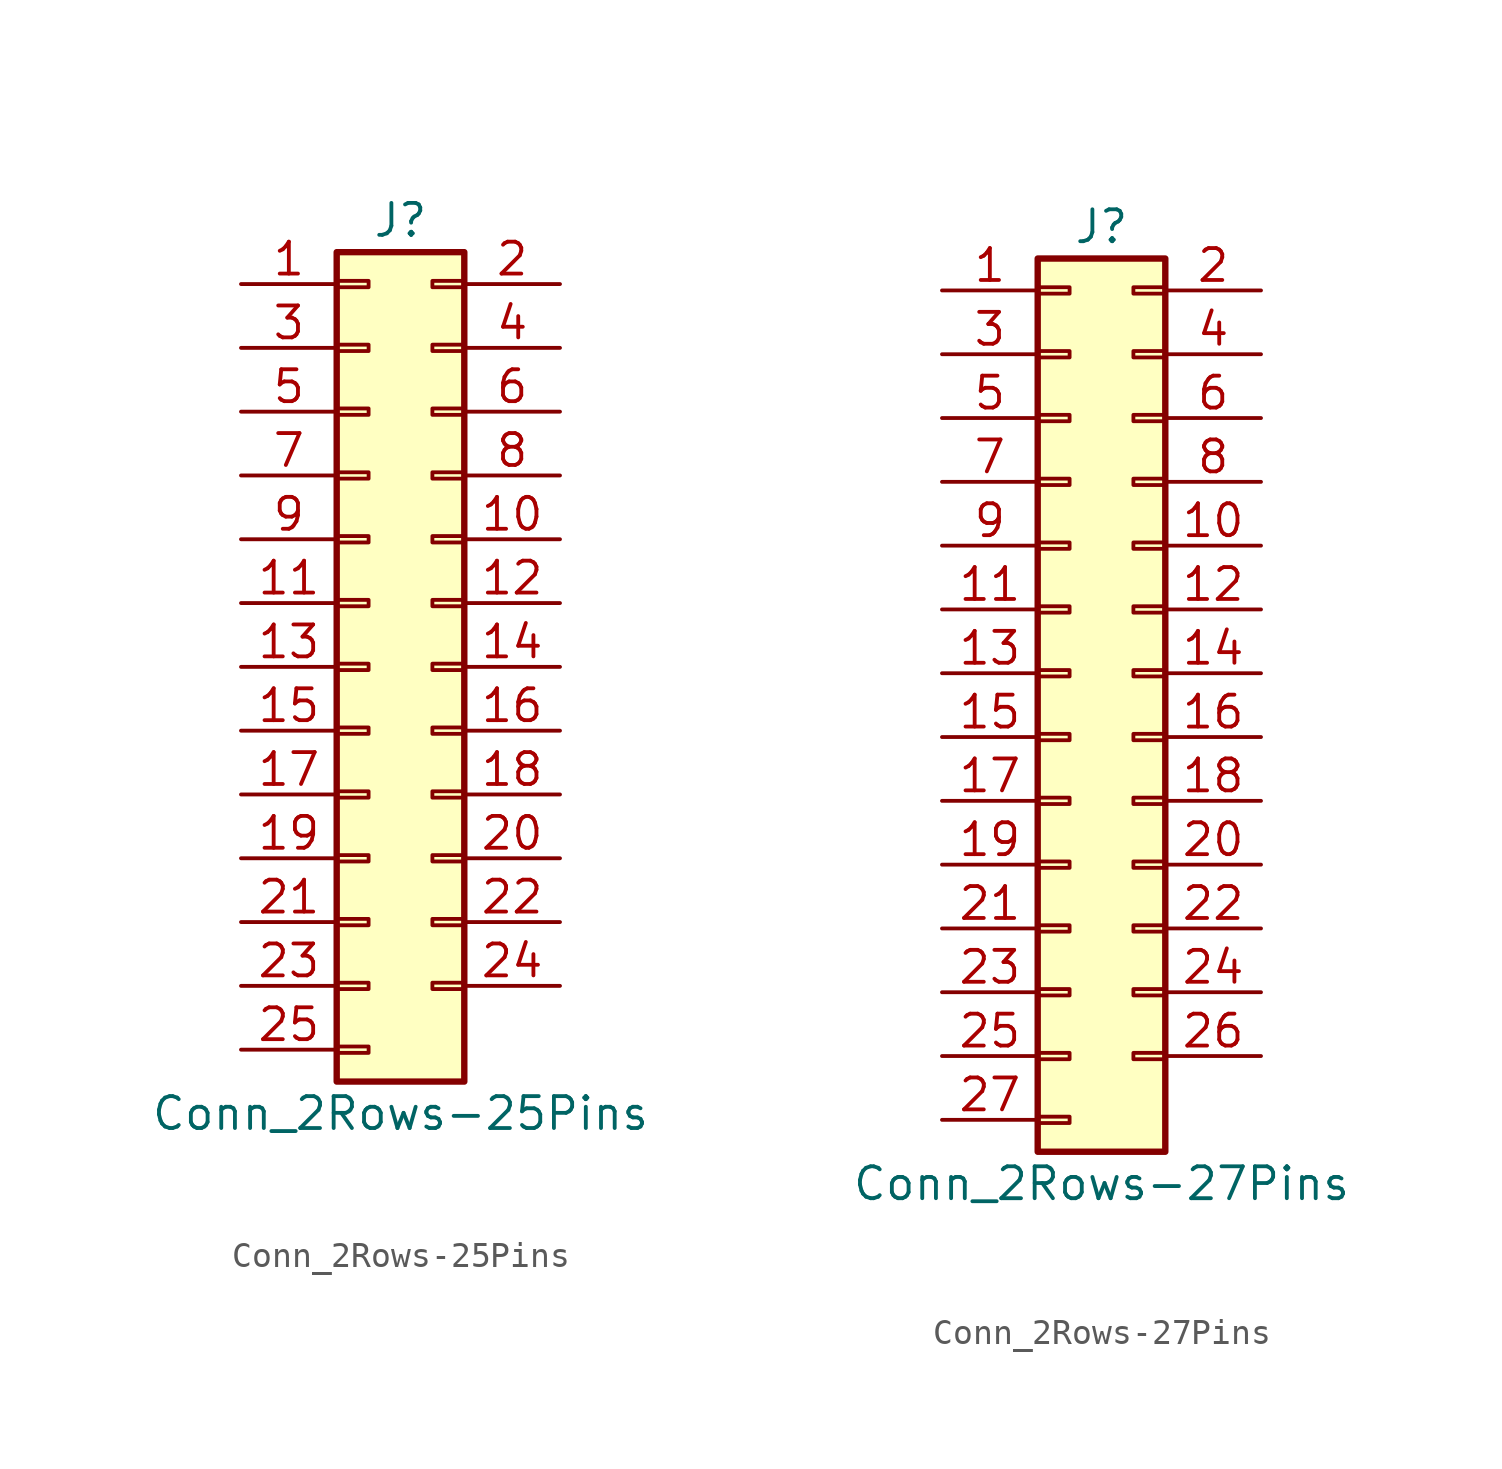
<source format=kicad_sym>
(kicad_symbol_lib
  (version 20211014)
  (generator kicad_symbol_editor)
  (symbol "Conn_2Rows-25Pins"
    (pin_names
      (offset 1.016) hide)
    (property "Reference" "J"
      (at 1.27 17.78 0)
      (effects (font (size 1.27 1.27))))
    (property "Value" "Conn_2Rows-25Pins"
      (at 1.27 -17.78 0)
      (effects (font (size 1.27 1.27))))
    (symbol "Conn_2Rows-25Pins_1_1"
      (rectangle (start -1.27 -15.113) (end 0 -15.367) (stroke (width 0.152) (type default) (color 0 0 0 0)) (fill (type none)))
      (rectangle (start -1.27 -12.573) (end 0 -12.827) (stroke (width 0.152) (type default) (color 0 0 0 0)) (fill (type none)))
      (rectangle (start -1.27 -10.033) (end 0 -10.287) (stroke (width 0.152) (type default) (color 0 0 0 0)) (fill (type none)))
      (rectangle (start -1.27 -7.493) (end 0 -7.747) (stroke (width 0.152) (type default) (color 0 0 0 0)) (fill (type none)))
      (rectangle (start -1.27 -4.953) (end 0 -5.207) (stroke (width 0.152) (type default) (color 0 0 0 0)) (fill (type none)))
      (rectangle (start -1.27 -2.413) (end 0 -2.667) (stroke (width 0.152) (type default) (color 0 0 0 0)) (fill (type none)))
      (rectangle (start -1.27 0.127) (end 0 -0.127) (stroke (width 0.152) (type default) (color 0 0 0 0)) (fill (type none)))
      (rectangle (start -1.27 2.667) (end 0 2.413) (stroke (width 0.152) (type default) (color 0 0 0 0)) (fill (type none)))
      (rectangle (start -1.27 5.207) (end 0 4.953) (stroke (width 0.152) (type default) (color 0 0 0 0)) (fill (type none)))
      (rectangle (start -1.27 7.747) (end 0 7.493) (stroke (width 0.152) (type default) (color 0 0 0 0)) (fill (type none)))
      (rectangle (start -1.27 10.287) (end 0 10.033) (stroke (width 0.152) (type default) (color 0 0 0 0)) (fill (type none)))
      (rectangle (start -1.27 12.827) (end 0 12.573) (stroke (width 0.152) (type default) (color 0 0 0 0)) (fill (type none)))
      (rectangle (start -1.27 15.367) (end 0 15.113) (stroke (width 0.152) (type default) (color 0 0 0 0)) (fill (type none)))
      (rectangle (start -1.27 16.51) (end 3.81 -16.51) (stroke (width 0.254) (type default) (color 0 0 0 0)) (fill (type background)))
      (rectangle (start 3.81 -12.573) (end 2.54 -12.827) (stroke (width 0.152) (type default) (color 0 0 0 0)) (fill (type none)))
      (rectangle (start 3.81 -10.033) (end 2.54 -10.287) (stroke (width 0.152) (type default) (color 0 0 0 0)) (fill (type none)))
      (rectangle (start 3.81 -7.493) (end 2.54 -7.747) (stroke (width 0.152) (type default) (color 0 0 0 0)) (fill (type none)))
      (rectangle (start 3.81 -4.953) (end 2.54 -5.207) (stroke (width 0.152) (type default) (color 0 0 0 0)) (fill (type none)))
      (rectangle (start 3.81 -2.413) (end 2.54 -2.667) (stroke (width 0.152) (type default) (color 0 0 0 0)) (fill (type none)))
      (rectangle (start 3.81 0.127) (end 2.54 -0.127) (stroke (width 0.152) (type default) (color 0 0 0 0)) (fill (type none)))
      (rectangle (start 3.81 2.667) (end 2.54 2.413) (stroke (width 0.152) (type default) (color 0 0 0 0)) (fill (type none)))
      (rectangle (start 3.81 5.207) (end 2.54 4.953) (stroke (width 0.152) (type default) (color 0 0 0 0)) (fill (type none)))
      (rectangle (start 3.81 7.747) (end 2.54 7.493) (stroke (width 0.152) (type default) (color 0 0 0 0)) (fill (type none)))
      (rectangle (start 3.81 10.287) (end 2.54 10.033) (stroke (width 0.152) (type default) (color 0 0 0 0)) (fill (type none)))
      (rectangle (start 3.81 12.827) (end 2.54 12.573) (stroke (width 0.152) (type default) (color 0 0 0 0)) (fill (type none)))
      (rectangle (start 3.81 15.367) (end 2.54 15.113) (stroke (width 0.152) (type default) (color 0 0 0 0)) (fill (type none)))
      (pin passive line (at -5.08 15.24 0) (length 3.81) (name "Pin_1" (effects (font (size 1.27 1.27)))) (number "1" (effects (font (size 1.27 1.27)))))
      (pin passive line (at 7.62 5.08 180) (length 3.81) (name "Pin_10" (effects (font (size 1.27 1.27)))) (number "10" (effects (font (size 1.27 1.27)))))
      (pin passive line (at -5.08 2.54 0) (length 3.81) (name "Pin_11" (effects (font (size 1.27 1.27)))) (number "11" (effects (font (size 1.27 1.27)))))
      (pin passive line (at 7.62 2.54 180) (length 3.81) (name "Pin_12" (effects (font (size 1.27 1.27)))) (number "12" (effects (font (size 1.27 1.27)))))
      (pin passive line (at -5.08 0 0) (length 3.81) (name "Pin_13" (effects (font (size 1.27 1.27)))) (number "13" (effects (font (size 1.27 1.27)))))
      (pin passive line (at 7.62 0 180) (length 3.81) (name "Pin_14" (effects (font (size 1.27 1.27)))) (number "14" (effects (font (size 1.27 1.27)))))
      (pin passive line (at -5.08 -2.54 0) (length 3.81) (name "Pin_15" (effects (font (size 1.27 1.27)))) (number "15" (effects (font (size 1.27 1.27)))))
      (pin passive line (at 7.62 -2.54 180) (length 3.81) (name "Pin_16" (effects (font (size 1.27 1.27)))) (number "16" (effects (font (size 1.27 1.27)))))
      (pin passive line (at -5.08 -5.08 0) (length 3.81) (name "Pin_17" (effects (font (size 1.27 1.27)))) (number "17" (effects (font (size 1.27 1.27)))))
      (pin passive line (at 7.62 -5.08 180) (length 3.81) (name "Pin_18" (effects (font (size 1.27 1.27)))) (number "18" (effects (font (size 1.27 1.27)))))
      (pin passive line (at -5.08 -7.62 0) (length 3.81) (name "Pin_19" (effects (font (size 1.27 1.27)))) (number "19" (effects (font (size 1.27 1.27)))))
      (pin passive line (at 7.62 15.24 180) (length 3.81) (name "Pin_2" (effects (font (size 1.27 1.27)))) (number "2" (effects (font (size 1.27 1.27)))))
      (pin passive line (at 7.62 -7.62 180) (length 3.81) (name "Pin_20" (effects (font (size 1.27 1.27)))) (number "20" (effects (font (size 1.27 1.27)))))
      (pin passive line (at -5.08 -10.16 0) (length 3.81) (name "Pin_21" (effects (font (size 1.27 1.27)))) (number "21" (effects (font (size 1.27 1.27)))))
      (pin passive line (at 7.62 -10.16 180) (length 3.81) (name "Pin_22" (effects (font (size 1.27 1.27)))) (number "22" (effects (font (size 1.27 1.27)))))
      (pin passive line (at -5.08 -12.7 0) (length 3.81) (name "Pin_23" (effects (font (size 1.27 1.27)))) (number "23" (effects (font (size 1.27 1.27)))))
      (pin passive line (at 7.62 -12.7 180) (length 3.81) (name "Pin_24" (effects (font (size 1.27 1.27)))) (number "24" (effects (font (size 1.27 1.27)))))
      (pin passive line (at -5.08 -15.24 0) (length 3.81) (name "Pin_25" (effects (font (size 1.27 1.27)))) (number "25" (effects (font (size 1.27 1.27)))))
      (pin passive line (at -5.08 12.7 0) (length 3.81) (name "Pin_3" (effects (font (size 1.27 1.27)))) (number "3" (effects (font (size 1.27 1.27)))))
      (pin passive line (at 7.62 12.7 180) (length 3.81) (name "Pin_4" (effects (font (size 1.27 1.27)))) (number "4" (effects (font (size 1.27 1.27)))))
      (pin passive line (at -5.08 10.16 0) (length 3.81) (name "Pin_5" (effects (font (size 1.27 1.27)))) (number "5" (effects (font (size 1.27 1.27)))))
      (pin passive line (at 7.62 10.16 180) (length 3.81) (name "Pin_6" (effects (font (size 1.27 1.27)))) (number "6" (effects (font (size 1.27 1.27)))))
      (pin passive line (at -5.08 7.62 0) (length 3.81) (name "Pin_7" (effects (font (size 1.27 1.27)))) (number "7" (effects (font (size 1.27 1.27)))))
      (pin passive line (at 7.62 7.62 180) (length 3.81) (name "Pin_8" (effects (font (size 1.27 1.27)))) (number "8" (effects (font (size 1.27 1.27)))))
      (pin passive line (at -5.08 5.08 0) (length 3.81) (name "Pin_9" (effects (font (size 1.27 1.27)))) (number "9" (effects (font (size 1.27 1.27)))))))
  (symbol "Conn_2Rows-27Pins"
    (pin_names
      (offset 1.016) hide)
    (property "Reference" "J"
      (at 1.27 17.78 0)
      (effects (font (size 1.27 1.27))))
    (property "Value" "Conn_2Rows-27Pins"
      (at 1.27 -20.32 0)
      (effects (font (size 1.27 1.27))))
    (symbol "Conn_2Rows-27Pins_1_1"
      (rectangle (start -1.27 -17.653) (end 0 -17.907) (stroke (width 0.152) (type default) (color 0 0 0 0)) (fill (type none)))
      (rectangle (start -1.27 -15.113) (end 0 -15.367) (stroke (width 0.152) (type default) (color 0 0 0 0)) (fill (type none)))
      (rectangle (start -1.27 -12.573) (end 0 -12.827) (stroke (width 0.152) (type default) (color 0 0 0 0)) (fill (type none)))
      (rectangle (start -1.27 -10.033) (end 0 -10.287) (stroke (width 0.152) (type default) (color 0 0 0 0)) (fill (type none)))
      (rectangle (start -1.27 -7.493) (end 0 -7.747) (stroke (width 0.152) (type default) (color 0 0 0 0)) (fill (type none)))
      (rectangle (start -1.27 -4.953) (end 0 -5.207) (stroke (width 0.152) (type default) (color 0 0 0 0)) (fill (type none)))
      (rectangle (start -1.27 -2.413) (end 0 -2.667) (stroke (width 0.152) (type default) (color 0 0 0 0)) (fill (type none)))
      (rectangle (start -1.27 0.127) (end 0 -0.127) (stroke (width 0.152) (type default) (color 0 0 0 0)) (fill (type none)))
      (rectangle (start -1.27 2.667) (end 0 2.413) (stroke (width 0.152) (type default) (color 0 0 0 0)) (fill (type none)))
      (rectangle (start -1.27 5.207) (end 0 4.953) (stroke (width 0.152) (type default) (color 0 0 0 0)) (fill (type none)))
      (rectangle (start -1.27 7.747) (end 0 7.493) (stroke (width 0.152) (type default) (color 0 0 0 0)) (fill (type none)))
      (rectangle (start -1.27 10.287) (end 0 10.033) (stroke (width 0.152) (type default) (color 0 0 0 0)) (fill (type none)))
      (rectangle (start -1.27 12.827) (end 0 12.573) (stroke (width 0.152) (type default) (color 0 0 0 0)) (fill (type none)))
      (rectangle (start -1.27 15.367) (end 0 15.113) (stroke (width 0.152) (type default) (color 0 0 0 0)) (fill (type none)))
      (rectangle (start -1.27 16.51) (end 3.81 -19.05) (stroke (width 0.254) (type default) (color 0 0 0 0)) (fill (type background)))
      (rectangle (start 3.81 -15.113) (end 2.54 -15.367) (stroke (width 0.152) (type default) (color 0 0 0 0)) (fill (type none)))
      (rectangle (start 3.81 -12.573) (end 2.54 -12.827) (stroke (width 0.152) (type default) (color 0 0 0 0)) (fill (type none)))
      (rectangle (start 3.81 -10.033) (end 2.54 -10.287) (stroke (width 0.152) (type default) (color 0 0 0 0)) (fill (type none)))
      (rectangle (start 3.81 -7.493) (end 2.54 -7.747) (stroke (width 0.152) (type default) (color 0 0 0 0)) (fill (type none)))
      (rectangle (start 3.81 -4.953) (end 2.54 -5.207) (stroke (width 0.152) (type default) (color 0 0 0 0)) (fill (type none)))
      (rectangle (start 3.81 -2.413) (end 2.54 -2.667) (stroke (width 0.152) (type default) (color 0 0 0 0)) (fill (type none)))
      (rectangle (start 3.81 0.127) (end 2.54 -0.127) (stroke (width 0.152) (type default) (color 0 0 0 0)) (fill (type none)))
      (rectangle (start 3.81 2.667) (end 2.54 2.413) (stroke (width 0.152) (type default) (color 0 0 0 0)) (fill (type none)))
      (rectangle (start 3.81 5.207) (end 2.54 4.953) (stroke (width 0.152) (type default) (color 0 0 0 0)) (fill (type none)))
      (rectangle (start 3.81 7.747) (end 2.54 7.493) (stroke (width 0.152) (type default) (color 0 0 0 0)) (fill (type none)))
      (rectangle (start 3.81 10.287) (end 2.54 10.033) (stroke (width 0.152) (type default) (color 0 0 0 0)) (fill (type none)))
      (rectangle (start 3.81 12.827) (end 2.54 12.573) (stroke (width 0.152) (type default) (color 0 0 0 0)) (fill (type none)))
      (rectangle (start 3.81 15.367) (end 2.54 15.113) (stroke (width 0.152) (type default) (color 0 0 0 0)) (fill (type none)))
      (pin passive line (at -5.08 15.24 0) (length 3.81) (name "Pin_1" (effects (font (size 1.27 1.27)))) (number "1" (effects (font (size 1.27 1.27)))))
      (pin passive line (at 7.62 5.08 180) (length 3.81) (name "Pin_10" (effects (font (size 1.27 1.27)))) (number "10" (effects (font (size 1.27 1.27)))))
      (pin passive line (at -5.08 2.54 0) (length 3.81) (name "Pin_11" (effects (font (size 1.27 1.27)))) (number "11" (effects (font (size 1.27 1.27)))))
      (pin passive line (at 7.62 2.54 180) (length 3.81) (name "Pin_12" (effects (font (size 1.27 1.27)))) (number "12" (effects (font (size 1.27 1.27)))))
      (pin passive line (at -5.08 0 0) (length 3.81) (name "Pin_13" (effects (font (size 1.27 1.27)))) (number "13" (effects (font (size 1.27 1.27)))))
      (pin passive line (at 7.62 0 180) (length 3.81) (name "Pin_14" (effects (font (size 1.27 1.27)))) (number "14" (effects (font (size 1.27 1.27)))))
      (pin passive line (at -5.08 -2.54 0) (length 3.81) (name "Pin_15" (effects (font (size 1.27 1.27)))) (number "15" (effects (font (size 1.27 1.27)))))
      (pin passive line (at 7.62 -2.54 180) (length 3.81) (name "Pin_16" (effects (font (size 1.27 1.27)))) (number "16" (effects (font (size 1.27 1.27)))))
      (pin passive line (at -5.08 -5.08 0) (length 3.81) (name "Pin_17" (effects (font (size 1.27 1.27)))) (number "17" (effects (font (size 1.27 1.27)))))
      (pin passive line (at 7.62 -5.08 180) (length 3.81) (name "Pin_18" (effects (font (size 1.27 1.27)))) (number "18" (effects (font (size 1.27 1.27)))))
      (pin passive line (at -5.08 -7.62 0) (length 3.81) (name "Pin_19" (effects (font (size 1.27 1.27)))) (number "19" (effects (font (size 1.27 1.27)))))
      (pin passive line (at 7.62 15.24 180) (length 3.81) (name "Pin_2" (effects (font (size 1.27 1.27)))) (number "2" (effects (font (size 1.27 1.27)))))
      (pin passive line (at 7.62 -7.62 180) (length 3.81) (name "Pin_20" (effects (font (size 1.27 1.27)))) (number "20" (effects (font (size 1.27 1.27)))))
      (pin passive line (at -5.08 -10.16 0) (length 3.81) (name "Pin_21" (effects (font (size 1.27 1.27)))) (number "21" (effects (font (size 1.27 1.27)))))
      (pin passive line (at 7.62 -10.16 180) (length 3.81) (name "Pin_22" (effects (font (size 1.27 1.27)))) (number "22" (effects (font (size 1.27 1.27)))))
      (pin passive line (at -5.08 -12.7 0) (length 3.81) (name "Pin_23" (effects (font (size 1.27 1.27)))) (number "23" (effects (font (size 1.27 1.27)))))
      (pin passive line (at 7.62 -12.7 180) (length 3.81) (name "Pin_24" (effects (font (size 1.27 1.27)))) (number "24" (effects (font (size 1.27 1.27)))))
      (pin passive line (at -5.08 -15.24 0) (length 3.81) (name "Pin_25" (effects (font (size 1.27 1.27)))) (number "25" (effects (font (size 1.27 1.27)))))
      (pin passive line (at 7.62 -15.24 180) (length 3.81) (name "Pin_26" (effects (font (size 1.27 1.27)))) (number "26" (effects (font (size 1.27 1.27)))))
      (pin passive line (at -5.08 -17.78 0) (length 3.81) (name "Pin_27" (effects (font (size 1.27 1.27)))) (number "27" (effects (font (size 1.27 1.27)))))
      (pin passive line (at -5.08 12.7 0) (length 3.81) (name "Pin_3" (effects (font (size 1.27 1.27)))) (number "3" (effects (font (size 1.27 1.27)))))
      (pin passive line (at 7.62 12.7 180) (length 3.81) (name "Pin_4" (effects (font (size 1.27 1.27)))) (number "4" (effects (font (size 1.27 1.27)))))
      (pin passive line (at -5.08 10.16 0) (length 3.81) (name "Pin_5" (effects (font (size 1.27 1.27)))) (number "5" (effects (font (size 1.27 1.27)))))
      (pin passive line (at 7.62 10.16 180) (length 3.81) (name "Pin_6" (effects (font (size 1.27 1.27)))) (number "6" (effects (font (size 1.27 1.27)))))
      (pin passive line (at -5.08 7.62 0) (length 3.81) (name "Pin_7" (effects (font (size 1.27 1.27)))) (number "7" (effects (font (size 1.27 1.27)))))
      (pin passive line (at 7.62 7.62 180) (length 3.81) (name "Pin_8" (effects (font (size 1.27 1.27)))) (number "8" (effects (font (size 1.27 1.27)))))
      (pin passive line (at -5.08 5.08 0) (length 3.81) (name "Pin_9" (effects (font (size 1.27 1.27)))) (number "9" (effects (font (size 1.27 1.27))))))))
</source>
